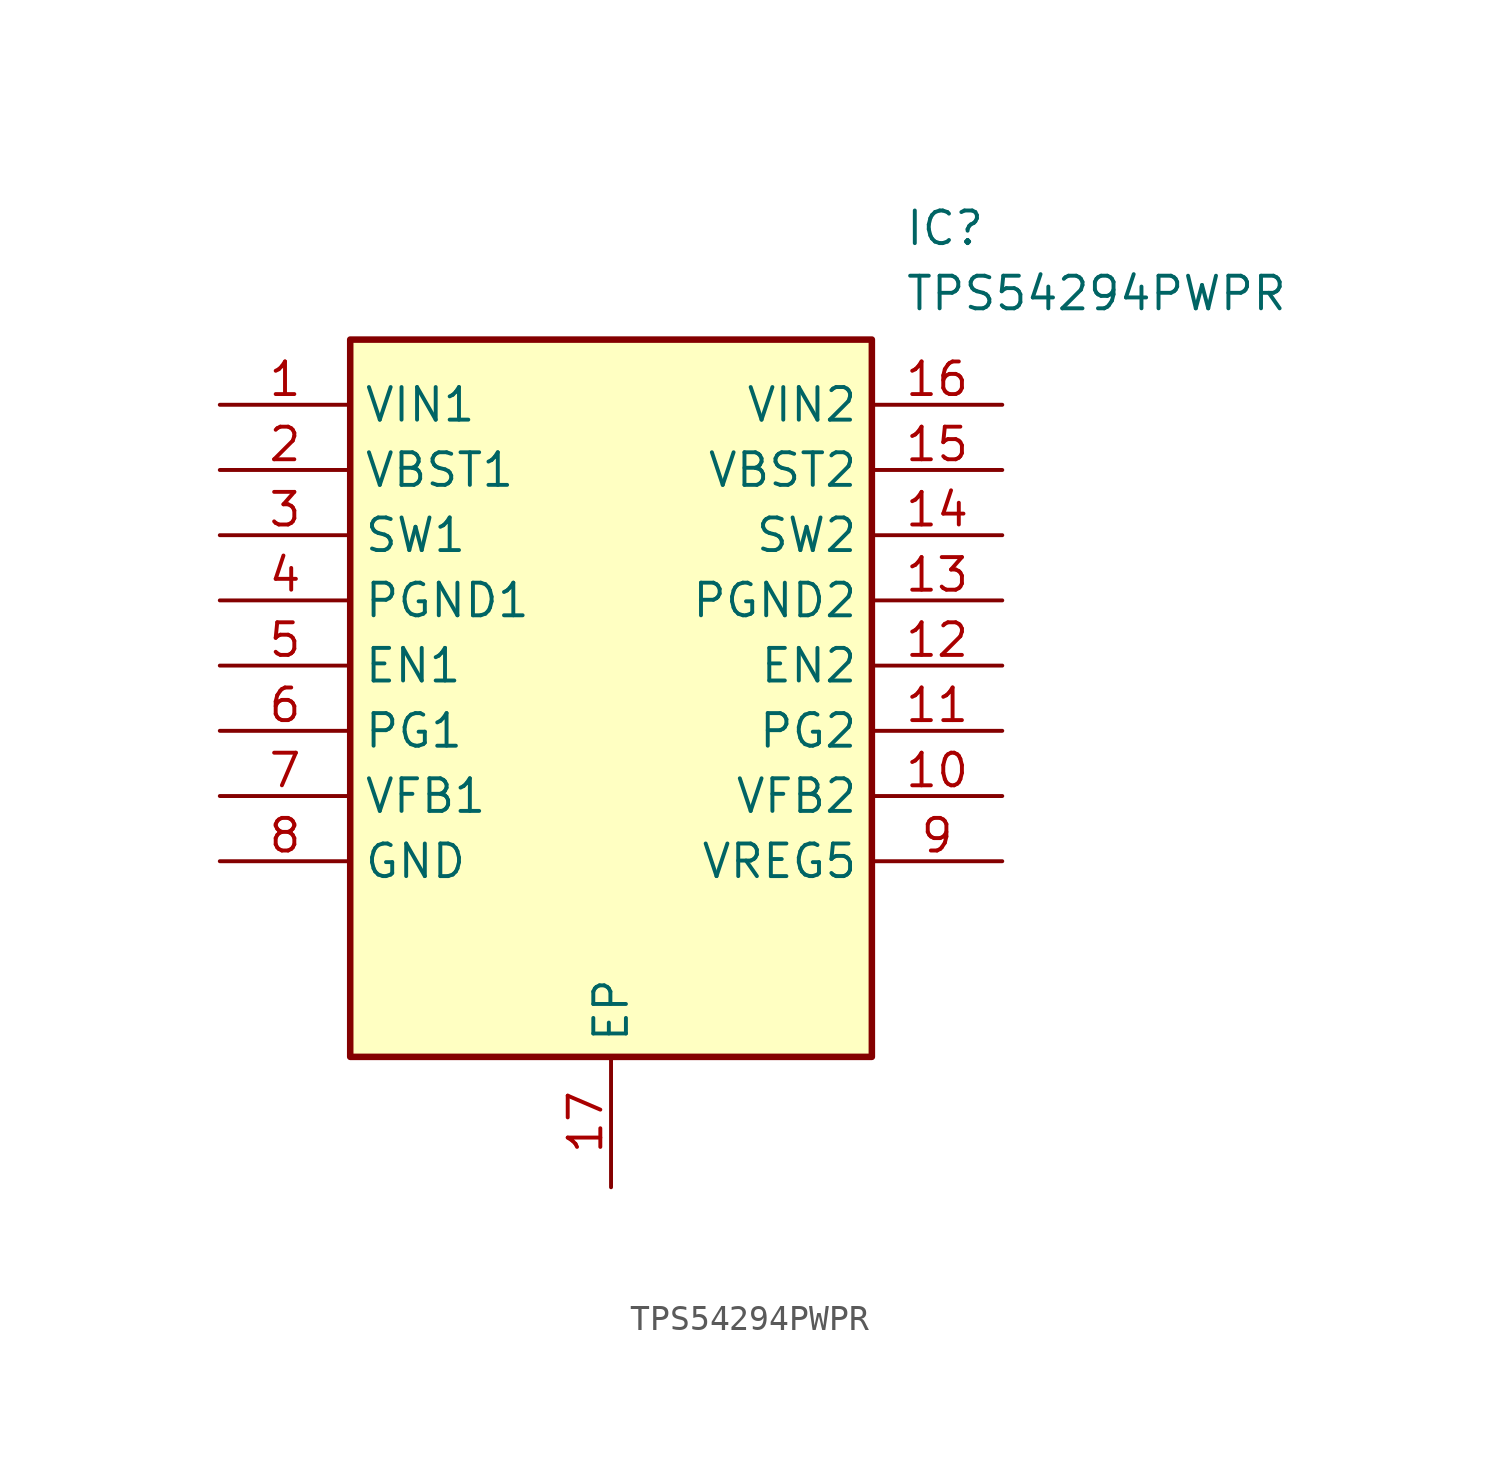
<source format=kicad_sym>
(kicad_symbol_lib
  (version 20211014)
  (generator SamacSys_ECAD_Model)
  (symbol "TPS54294PWPR"
    (property "Reference" "IC"
      (at 26.67 7.62 0)
      (effects (font (size 1.27 1.27)) (justify left top)))
    (property "Value" "TPS54294PWPR"
      (at 26.67 5.08 0)
      (effects (font (size 1.27 1.27)) (justify left top)))
    (rectangle
      (start 5.08 2.54)
      (end 25.4 -25.4)
      (stroke (width 0.254) (type default))
      (fill (type background)))
    (pin passive line
      (at 0 0 0)
      (length 5.08)
      (name "VIN1" (effects (font (size 1.27 1.27))))
      (number "1" (effects (font (size 1.27 1.27)))))
    (pin passive line
      (at 0 -2.54 0)
      (length 5.08)
      (name "VBST1" (effects (font (size 1.27 1.27))))
      (number "2" (effects (font (size 1.27 1.27)))))
    (pin passive line
      (at 0 -5.08 0)
      (length 5.08)
      (name "SW1" (effects (font (size 1.27 1.27))))
      (number "3" (effects (font (size 1.27 1.27)))))
    (pin passive line
      (at 0 -7.62 0)
      (length 5.08)
      (name "PGND1" (effects (font (size 1.27 1.27))))
      (number "4" (effects (font (size 1.27 1.27)))))
    (pin passive line
      (at 0 -10.16 0)
      (length 5.08)
      (name "EN1" (effects (font (size 1.27 1.27))))
      (number "5" (effects (font (size 1.27 1.27)))))
    (pin passive line
      (at 0 -12.7 0)
      (length 5.08)
      (name "PG1" (effects (font (size 1.27 1.27))))
      (number "6" (effects (font (size 1.27 1.27)))))
    (pin passive line
      (at 0 -15.24 0)
      (length 5.08)
      (name "VFB1" (effects (font (size 1.27 1.27))))
      (number "7" (effects (font (size 1.27 1.27)))))
    (pin passive line
      (at 0 -17.78 0)
      (length 5.08)
      (name "GND" (effects (font (size 1.27 1.27))))
      (number "8" (effects (font (size 1.27 1.27)))))
    (pin passive line
      (at 15.24 -30.48 90)
      (length 5.08)
      (name "EP" (effects (font (size 1.27 1.27))))
      (number "17" (effects (font (size 1.27 1.27)))))
    (pin passive line
      (at 30.48 0 180)
      (length 5.08)
      (name "VIN2" (effects (font (size 1.27 1.27))))
      (number "16" (effects (font (size 1.27 1.27)))))
    (pin passive line
      (at 30.48 -2.54 180)
      (length 5.08)
      (name "VBST2" (effects (font (size 1.27 1.27))))
      (number "15" (effects (font (size 1.27 1.27)))))
    (pin passive line
      (at 30.48 -5.08 180)
      (length 5.08)
      (name "SW2" (effects (font (size 1.27 1.27))))
      (number "14" (effects (font (size 1.27 1.27)))))
    (pin passive line
      (at 30.48 -7.62 180)
      (length 5.08)
      (name "PGND2" (effects (font (size 1.27 1.27))))
      (number "13" (effects (font (size 1.27 1.27)))))
    (pin passive line
      (at 30.48 -10.16 180)
      (length 5.08)
      (name "EN2" (effects (font (size 1.27 1.27))))
      (number "12" (effects (font (size 1.27 1.27)))))
    (pin passive line
      (at 30.48 -12.7 180)
      (length 5.08)
      (name "PG2" (effects (font (size 1.27 1.27))))
      (number "11" (effects (font (size 1.27 1.27)))))
    (pin passive line
      (at 30.48 -15.24 180)
      (length 5.08)
      (name "VFB2" (effects (font (size 1.27 1.27))))
      (number "10" (effects (font (size 1.27 1.27)))))
    (pin passive line
      (at 30.48 -17.78 180)
      (length 5.08)
      (name "VREG5" (effects (font (size 1.27 1.27))))
      (number "9" (effects (font (size 1.27 1.27)))))))
</source>
